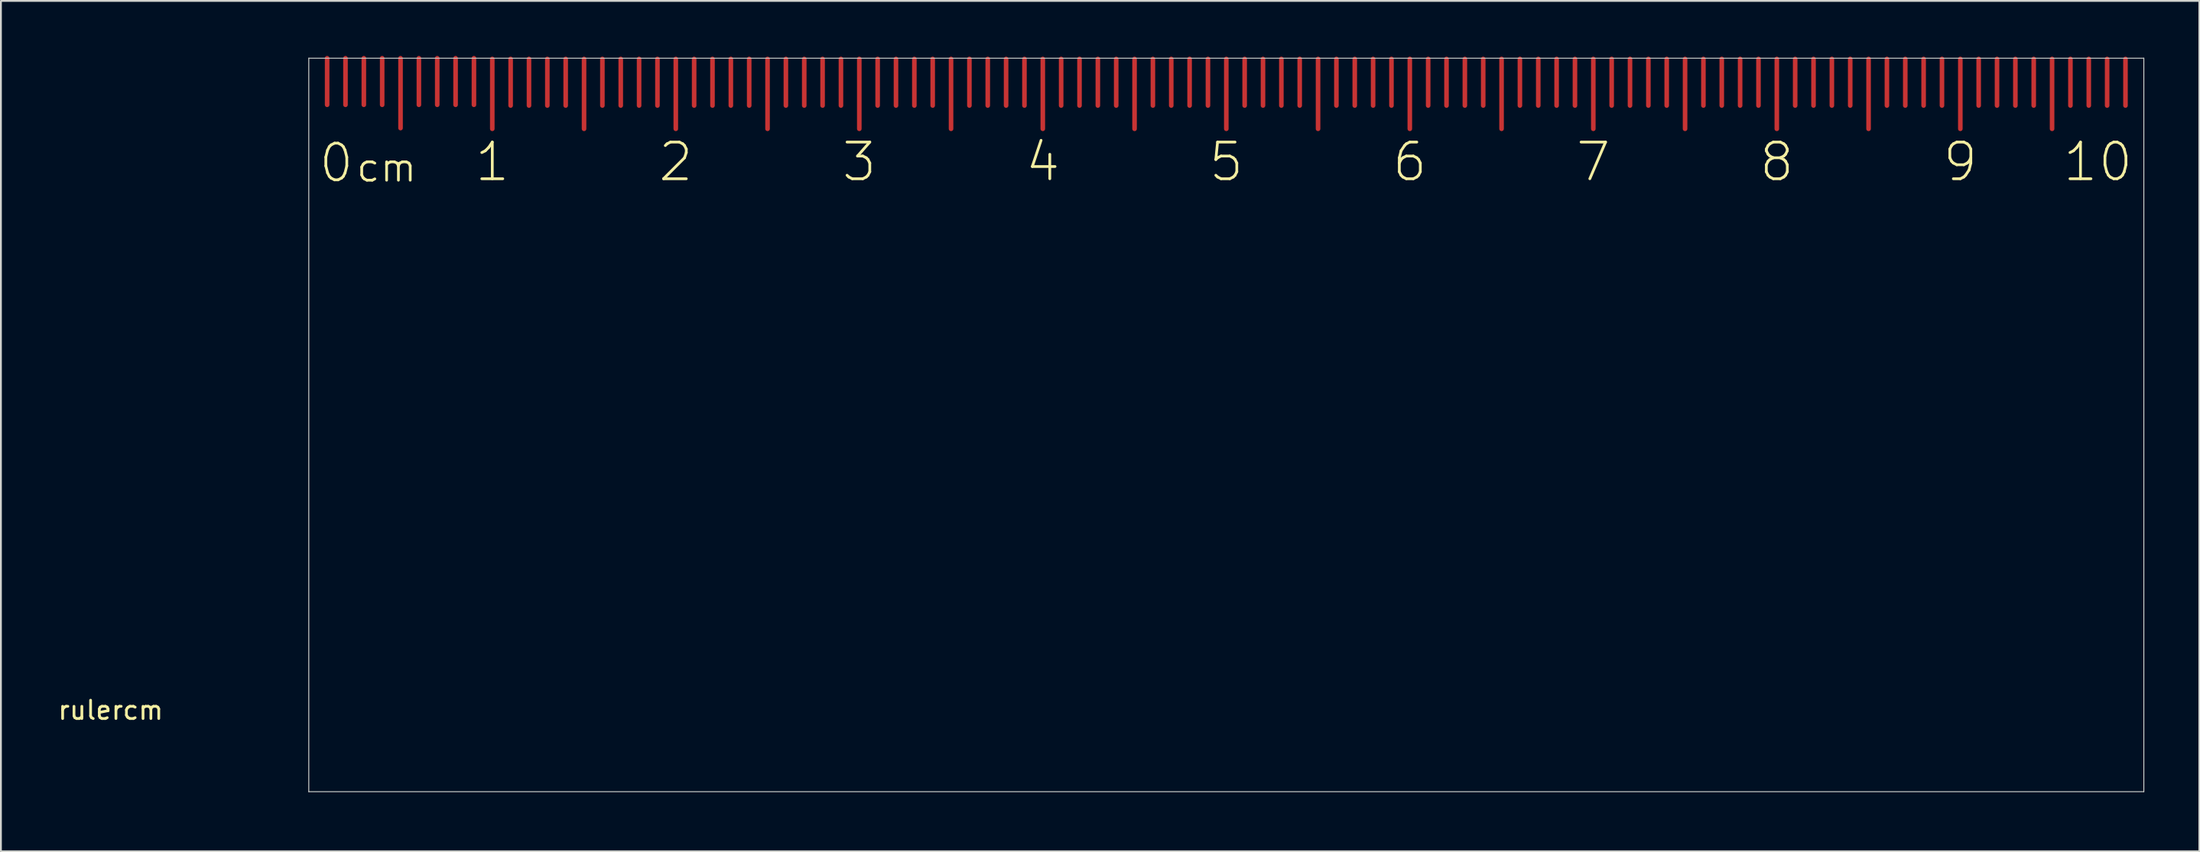
<source format=kicad_pcb>
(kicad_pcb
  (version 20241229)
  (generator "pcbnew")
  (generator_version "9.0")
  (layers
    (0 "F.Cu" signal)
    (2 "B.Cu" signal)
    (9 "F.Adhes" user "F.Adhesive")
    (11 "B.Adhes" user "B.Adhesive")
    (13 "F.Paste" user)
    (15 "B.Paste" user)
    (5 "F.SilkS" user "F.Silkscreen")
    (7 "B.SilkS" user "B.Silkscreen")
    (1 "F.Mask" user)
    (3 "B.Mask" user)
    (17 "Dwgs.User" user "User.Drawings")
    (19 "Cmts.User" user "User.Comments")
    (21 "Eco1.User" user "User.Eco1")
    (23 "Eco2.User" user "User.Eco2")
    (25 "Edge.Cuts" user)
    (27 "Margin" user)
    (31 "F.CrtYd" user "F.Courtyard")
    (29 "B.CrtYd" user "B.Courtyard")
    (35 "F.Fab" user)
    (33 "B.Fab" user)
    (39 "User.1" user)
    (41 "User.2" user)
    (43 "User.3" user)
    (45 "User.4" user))
  (footprint "rulercm"
    (layer "F.Cu")
    (at 13.777 40.125)
    (property "Reference" "rulercm" (at -10.795 -4.445 0) (layer "F.SilkS") (effects (font (size 1 1) (thickness 0.15))))
    (attr through_hole)
    (fp_line (start 1 -37.46) (end 1 -40) (stroke (width 0.25) (type solid)) (layer "F.Cu"))
    (fp_line (start 2 -37.46) (end 2 -40) (stroke (width 0.25) (type solid)) (layer "F.Cu"))
    (fp_line (start 3 -37.46) (end 3 -40) (stroke (width 0.25) (type solid)) (layer "F.Cu"))
    (fp_line (start 4 -37.46) (end 4 -40) (stroke (width 0.25) (type solid)) (layer "F.Cu"))
    (fp_line (start 5 -36.19) (end 5 -40) (stroke (width 0.25) (type solid)) (layer "F.Cu"))
    (fp_line (start 6 -37.46) (end 6 -40) (stroke (width 0.25) (type solid)) (layer "F.Cu"))
    (fp_line (start 7 -37.46) (end 7 -40) (stroke (width 0.25) (type solid)) (layer "F.Cu"))
    (fp_line (start 8 -37.46) (end 8 -40) (stroke (width 0.25) (type solid)) (layer "F.Cu"))
    (fp_line (start 9 -37.46) (end 9 -40) (stroke (width 0.25) (type solid)) (layer "F.Cu"))
    (fp_line (start 10 -36.15) (end 10 -39.96) (stroke (width 0.25) (type solid)) (layer "F.Cu"))
    (fp_line (start 11 -37.42) (end 11 -39.96) (stroke (width 0.25) (type solid)) (layer "F.Cu"))
    (fp_line (start 12 -37.42) (end 12 -39.96) (stroke (width 0.25) (type solid)) (layer "F.Cu"))
    (fp_line (start 13 -37.42) (end 13 -39.96) (stroke (width 0.25) (type solid)) (layer "F.Cu"))
    (fp_line (start 14 -37.42) (end 14 -39.96) (stroke (width 0.25) (type solid)) (layer "F.Cu"))
    (fp_line (start 15 -36.15) (end 15 -39.96) (stroke (width 0.25) (type solid)) (layer "F.Cu"))
    (fp_line (start 16 -37.42) (end 16 -39.96) (stroke (width 0.25) (type solid)) (layer "F.Cu"))
    (fp_line (start 17 -37.42) (end 17 -39.96) (stroke (width 0.25) (type solid)) (layer "F.Cu"))
    (fp_line (start 18 -37.42) (end 18 -39.96) (stroke (width 0.25) (type solid)) (layer "F.Cu"))
    (fp_line (start 19 -37.42) (end 19 -39.96) (stroke (width 0.25) (type solid)) (layer "F.Cu"))
    (fp_line (start 20 -36.15) (end 20 -39.96) (stroke (width 0.25) (type solid)) (layer "F.Cu"))
    (fp_line (start 21 -37.42) (end 21 -39.96) (stroke (width 0.25) (type solid)) (layer "F.Cu"))
    (fp_line (start 22 -37.42) (end 22 -39.96) (stroke (width 0.25) (type solid)) (layer "F.Cu"))
    (fp_line (start 23 -37.42) (end 23 -39.96) (stroke (width 0.25) (type solid)) (layer "F.Cu"))
    (fp_line (start 24 -37.42) (end 24 -39.96) (stroke (width 0.25) (type solid)) (layer "F.Cu"))
    (fp_line (start 25 -36.15) (end 25 -39.96) (stroke (width 0.25) (type solid)) (layer "F.Cu"))
    (fp_line (start 26 -37.42) (end 26 -39.96) (stroke (width 0.25) (type solid)) (layer "F.Cu"))
    (fp_line (start 27 -37.42) (end 27 -39.96) (stroke (width 0.25) (type solid)) (layer "F.Cu"))
    (fp_line (start 28 -37.42) (end 28 -39.96) (stroke (width 0.25) (type solid)) (layer "F.Cu"))
    (fp_line (start 29 -37.42) (end 29 -39.96) (stroke (width 0.25) (type solid)) (layer "F.Cu"))
    (fp_line (start 30 -36.15) (end 30 -39.96) (stroke (width 0.25) (type solid)) (layer "F.Cu"))
    (fp_line (start 31 -37.42) (end 31 -39.96) (stroke (width 0.25) (type solid)) (layer "F.Cu"))
    (fp_line (start 32 -37.42) (end 32 -39.96) (stroke (width 0.25) (type solid)) (layer "F.Cu"))
    (fp_line (start 33 -37.42) (end 33 -39.96) (stroke (width 0.25) (type solid)) (layer "F.Cu"))
    (fp_line (start 34 -37.42) (end 34 -39.96) (stroke (width 0.25) (type solid)) (layer "F.Cu"))
    (fp_line (start 35 -36.15) (end 35 -39.96) (stroke (width 0.25) (type solid)) (layer "F.Cu"))
    (fp_line (start 36 -37.42) (end 36 -39.96) (stroke (width 0.25) (type solid)) (layer "F.Cu"))
    (fp_line (start 37 -37.42) (end 37 -39.96) (stroke (width 0.25) (type solid)) (layer "F.Cu"))
    (fp_line (start 38 -37.42) (end 38 -39.96) (stroke (width 0.25) (type solid)) (layer "F.Cu"))
    (fp_line (start 39 -37.42) (end 39 -39.96) (stroke (width 0.25) (type solid)) (layer "F.Cu"))
    (fp_line (start 40 -36.15) (end 40 -39.96) (stroke (width 0.25) (type solid)) (layer "F.Cu"))
    (fp_line (start 41 -37.42) (end 41 -39.96) (stroke (width 0.25) (type solid)) (layer "F.Cu"))
    (fp_line (start 42 -37.42) (end 42 -39.96) (stroke (width 0.25) (type solid)) (layer "F.Cu"))
    (fp_line (start 43 -37.42) (end 43 -39.96) (stroke (width 0.25) (type solid)) (layer "F.Cu"))
    (fp_line (start 44 -37.42) (end 44 -39.96) (stroke (width 0.25) (type solid)) (layer "F.Cu"))
    (fp_line (start 45 -36.15) (end 45 -39.96) (stroke (width 0.25) (type solid)) (layer "F.Cu"))
    (fp_line (start 46 -37.42) (end 46 -39.96) (stroke (width 0.25) (type solid)) (layer "F.Cu"))
    (fp_line (start 47 -37.42) (end 47 -39.96) (stroke (width 0.25) (type solid)) (layer "F.Cu"))
    (fp_line (start 48 -37.42) (end 48 -39.96) (stroke (width 0.25) (type solid)) (layer "F.Cu"))
    (fp_line (start 49 -37.42) (end 49 -39.96) (stroke (width 0.25) (type solid)) (layer "F.Cu"))
    (fp_line (start 50 -36.15) (end 50 -39.96) (stroke (width 0.25) (type solid)) (layer "F.Cu"))
    (fp_line (start 51 -37.42) (end 51 -39.96) (stroke (width 0.25) (type solid)) (layer "F.Cu"))
    (fp_line (start 52 -37.42) (end 52 -39.96) (stroke (width 0.25) (type solid)) (layer "F.Cu"))
    (fp_line (start 53 -37.42) (end 53 -39.96) (stroke (width 0.25) (type solid)) (layer "F.Cu"))
    (fp_line (start 54 -37.42) (end 54 -39.96) (stroke (width 0.25) (type solid)) (layer "F.Cu"))
    (fp_line (start 55 -36.15) (end 55 -39.96) (stroke (width 0.25) (type solid)) (layer "F.Cu"))
    (fp_line (start 56 -37.42) (end 56 -39.96) (stroke (width 0.25) (type solid)) (layer "F.Cu"))
    (fp_line (start 57 -37.42) (end 57 -39.96) (stroke (width 0.25) (type solid)) (layer "F.Cu"))
    (fp_line (start 58 -37.42) (end 58 -39.96) (stroke (width 0.25) (type solid)) (layer "F.Cu"))
    (fp_line (start 59 -37.42) (end 59 -39.96) (stroke (width 0.25) (type solid)) (layer "F.Cu"))
    (fp_line (start 60 -36.15) (end 60 -39.96) (stroke (width 0.25) (type solid)) (layer "F.Cu"))
    (fp_line (start 61 -37.42) (end 61 -39.96) (stroke (width 0.25) (type solid)) (layer "F.Cu"))
    (fp_line (start 62 -37.42) (end 62 -39.96) (stroke (width 0.25) (type solid)) (layer "F.Cu"))
    (fp_line (start 63 -37.42) (end 63 -39.96) (stroke (width 0.25) (type solid)) (layer "F.Cu"))
    (fp_line (start 64 -37.42) (end 64 -39.96) (stroke (width 0.25) (type solid)) (layer "F.Cu"))
    (fp_line (start 65 -36.15) (end 65 -39.96) (stroke (width 0.25) (type solid)) (layer "F.Cu"))
    (fp_line (start 66 -37.42) (end 66 -39.96) (stroke (width 0.25) (type solid)) (layer "F.Cu"))
    (fp_line (start 67 -37.42) (end 67 -39.96) (stroke (width 0.25) (type solid)) (layer "F.Cu"))
    (fp_line (start 68 -37.42) (end 68 -39.96) (stroke (width 0.25) (type solid)) (layer "F.Cu"))
    (fp_line (start 69 -37.42) (end 69 -39.96) (stroke (width 0.25) (type solid)) (layer "F.Cu"))
    (fp_line (start 70 -36.15) (end 70 -39.96) (stroke (width 0.25) (type solid)) (layer "F.Cu"))
    (fp_line (start 71 -37.42) (end 71 -39.96) (stroke (width 0.25) (type solid)) (layer "F.Cu"))
    (fp_line (start 72 -37.42) (end 72 -39.96) (stroke (width 0.25) (type solid)) (layer "F.Cu"))
    (fp_line (start 73 -37.42) (end 73 -39.96) (stroke (width 0.25) (type solid)) (layer "F.Cu"))
    (fp_line (start 74 -37.42) (end 74 -39.96) (stroke (width 0.25) (type solid)) (layer "F.Cu"))
    (fp_line (start 75 -36.15) (end 75 -39.96) (stroke (width 0.25) (type solid)) (layer "F.Cu"))
    (fp_line (start 76 -37.42) (end 76 -39.96) (stroke (width 0.25) (type solid)) (layer "F.Cu"))
    (fp_line (start 77 -37.42) (end 77 -39.96) (stroke (width 0.25) (type solid)) (layer "F.Cu"))
    (fp_line (start 78 -37.42) (end 78 -39.96) (stroke (width 0.25) (type solid)) (layer "F.Cu"))
    (fp_line (start 79 -37.42) (end 79 -39.96) (stroke (width 0.25) (type solid)) (layer "F.Cu"))
    (fp_line (start 80 -36.15) (end 80 -39.96) (stroke (width 0.25) (type solid)) (layer "F.Cu"))
    (fp_line (start 81 -37.42) (end 81 -39.96) (stroke (width 0.25) (type solid)) (layer "F.Cu"))
    (fp_line (start 82 -37.42) (end 82 -39.96) (stroke (width 0.25) (type solid)) (layer "F.Cu"))
    (fp_line (start 83 -37.42) (end 83 -39.96) (stroke (width 0.25) (type solid)) (layer "F.Cu"))
    (fp_line (start 84 -37.42) (end 84 -39.96) (stroke (width 0.25) (type solid)) (layer "F.Cu"))
    (fp_line (start 85 -36.15) (end 85 -39.96) (stroke (width 0.25) (type solid)) (layer "F.Cu"))
    (fp_line (start 86 -37.42) (end 86 -39.96) (stroke (width 0.25) (type solid)) (layer "F.Cu"))
    (fp_line (start 87 -37.42) (end 87 -39.96) (stroke (width 0.25) (type solid)) (layer "F.Cu"))
    (fp_line (start 88 -37.42) (end 88 -39.96) (stroke (width 0.25) (type solid)) (layer "F.Cu"))
    (fp_line (start 89 -37.42) (end 89 -39.96) (stroke (width 0.25) (type solid)) (layer "F.Cu"))
    (fp_line (start 90 -36.15) (end 90 -39.96) (stroke (width 0.25) (type solid)) (layer "F.Cu"))
    (fp_line (start 91 -37.42) (end 91 -39.96) (stroke (width 0.25) (type solid)) (layer "F.Cu"))
    (fp_line (start 92 -37.42) (end 92 -39.96) (stroke (width 0.25) (type solid)) (layer "F.Cu"))
    (fp_line (start 93 -37.42) (end 93 -39.96) (stroke (width 0.25) (type solid)) (layer "F.Cu"))
    (fp_line (start 94 -37.42) (end 94 -39.96) (stroke (width 0.25) (type solid)) (layer "F.Cu"))
    (fp_line (start 95 -36.15) (end 95 -39.96) (stroke (width 0.25) (type solid)) (layer "F.Cu"))
    (fp_line (start 96 -37.42) (end 96 -39.96) (stroke (width 0.25) (type solid)) (layer "F.Cu"))
    (fp_line (start 97 -37.42) (end 97 -39.96) (stroke (width 0.25) (type solid)) (layer "F.Cu"))
    (fp_line (start 98 -37.42) (end 98 -39.96) (stroke (width 0.25) (type solid)) (layer "F.Cu"))
    (fp_line (start 99 -37.42) (end 99 -39.96) (stroke (width 0.25) (type solid)) (layer "F.Cu"))
    (fp_line (start 1 -37.46) (end 1 -40) (stroke (width 0.25) (type solid)) (layer "F.Mask"))
    (fp_line (start 2 -37.46) (end 2 -40) (stroke (width 0.25) (type solid)) (layer "F.Mask"))
    (fp_line (start 3 -37.46) (end 3 -40) (stroke (width 0.25) (type solid)) (layer "F.Mask"))
    (fp_line (start 4 -37.46) (end 4 -40) (stroke (width 0.25) (type solid)) (layer "F.Mask"))
    (fp_line (start 5 -36.19) (end 5 -40) (stroke (width 0.25) (type solid)) (layer "F.Mask"))
    (fp_line (start 6 -37.46) (end 6 -40) (stroke (width 0.25) (type solid)) (layer "F.Mask"))
    (fp_line (start 7 -37.46) (end 7 -40) (stroke (width 0.25) (type solid)) (layer "F.Mask"))
    (fp_line (start 8 -37.46) (end 8 -40) (stroke (width 0.25) (type solid)) (layer "F.Mask"))
    (fp_line (start 9 -37.46) (end 9 -40) (stroke (width 0.25) (type solid)) (layer "F.Mask"))
    (fp_line (start 10 -36.19) (end 10 -40) (stroke (width 0.25) (type solid)) (layer "F.Mask"))
    (fp_line (start 11 -37.46) (end 11 -40) (stroke (width 0.25) (type solid)) (layer "F.Mask"))
    (fp_line (start 12 -37.46) (end 12 -40) (stroke (width 0.25) (type solid)) (layer "F.Mask"))
    (fp_line (start 13 -37.46) (end 13 -40) (stroke (width 0.25) (type solid)) (layer "F.Mask"))
    (fp_line (start 14 -37.46) (end 14 -40) (stroke (width 0.25) (type solid)) (layer "F.Mask"))
    (fp_line (start 15 -36.19) (end 15 -40) (stroke (width 0.25) (type solid)) (layer "F.Mask"))
    (fp_line (start 16 -37.46) (end 16 -40) (stroke (width 0.25) (type solid)) (layer "F.Mask"))
    (fp_line (start 17 -37.46) (end 17 -40) (stroke (width 0.25) (type solid)) (layer "F.Mask"))
    (fp_line (start 18 -37.46) (end 18 -40) (stroke (width 0.25) (type solid)) (layer "F.Mask"))
    (fp_line (start 19 -37.46) (end 19 -40) (stroke (width 0.25) (type solid)) (layer "F.Mask"))
    (fp_line (start 20 -36.19) (end 20 -40) (stroke (width 0.25) (type solid)) (layer "F.Mask"))
    (fp_line (start 21 -37.46) (end 21 -40) (stroke (width 0.25) (type solid)) (layer "F.Mask"))
    (fp_line (start 22 -37.46) (end 22 -40) (stroke (width 0.25) (type solid)) (layer "F.Mask"))
    (fp_line (start 23 -37.46) (end 23 -40) (stroke (width 0.25) (type solid)) (layer "F.Mask"))
    (fp_line (start 24 -37.46) (end 24 -40) (stroke (width 0.25) (type solid)) (layer "F.Mask"))
    (fp_line (start 25 -36.19) (end 25 -40) (stroke (width 0.25) (type solid)) (layer "F.Mask"))
    (fp_line (start 26 -37.46) (end 26 -40) (stroke (width 0.25) (type solid)) (layer "F.Mask"))
    (fp_line (start 27 -37.46) (end 27 -40) (stroke (width 0.25) (type solid)) (layer "F.Mask"))
    (fp_line (start 28 -37.46) (end 28 -40) (stroke (width 0.25) (type solid)) (layer "F.Mask"))
    (fp_line (start 29 -37.46) (end 29 -40) (stroke (width 0.25) (type solid)) (layer "F.Mask"))
    (fp_line (start 30 -36.19) (end 30 -40) (stroke (width 0.25) (type solid)) (layer "F.Mask"))
    (fp_line (start 31 -37.46) (end 31 -40) (stroke (width 0.25) (type solid)) (layer "F.Mask"))
    (fp_line (start 32 -37.46) (end 32 -40) (stroke (width 0.25) (type solid)) (layer "F.Mask"))
    (fp_line (start 33 -37.46) (end 33 -40) (stroke (width 0.25) (type solid)) (layer "F.Mask"))
    (fp_line (start 34 -37.46) (end 34 -40) (stroke (width 0.25) (type solid)) (layer "F.Mask"))
    (fp_line (start 35 -36.19) (end 35 -40) (stroke (width 0.25) (type solid)) (layer "F.Mask"))
    (fp_line (start 36 -37.46) (end 36 -40) (stroke (width 0.25) (type solid)) (layer "F.Mask"))
    (fp_line (start 37 -37.46) (end 37 -40) (stroke (width 0.25) (type solid)) (layer "F.Mask"))
    (fp_line (start 38 -37.46) (end 38 -40) (stroke (width 0.25) (type solid)) (layer "F.Mask"))
    (fp_line (start 39 -37.46) (end 39 -40) (stroke (width 0.25) (type solid)) (layer "F.Mask"))
    (fp_line (start 40 -36.19) (end 40 -40) (stroke (width 0.25) (type solid)) (layer "F.Mask"))
    (fp_line (start 41 -37.46) (end 41 -40) (stroke (width 0.25) (type solid)) (layer "F.Mask"))
    (fp_line (start 42 -37.46) (end 42 -40) (stroke (width 0.25) (type solid)) (layer "F.Mask"))
    (fp_line (start 43 -37.46) (end 43 -40) (stroke (width 0.25) (type solid)) (layer "F.Mask"))
    (fp_line (start 44 -37.46) (end 44 -40) (stroke (width 0.25) (type solid)) (layer "F.Mask"))
    (fp_line (start 45 -36.19) (end 45 -40) (stroke (width 0.25) (type solid)) (layer "F.Mask"))
    (fp_line (start 46 -37.46) (end 46 -40) (stroke (width 0.25) (type solid)) (layer "F.Mask"))
    (fp_line (start 47 -37.46) (end 47 -40) (stroke (width 0.25) (type solid)) (layer "F.Mask"))
    (fp_line (start 48 -37.46) (end 48 -40) (stroke (width 0.25) (type solid)) (layer "F.Mask"))
    (fp_line (start 49 -37.46) (end 49 -40) (stroke (width 0.25) (type solid)) (layer "F.Mask"))
    (fp_line (start 50 -36.19) (end 50 -40) (stroke (width 0.25) (type solid)) (layer "F.Mask"))
    (fp_line (start 51 -37.46) (end 51 -40) (stroke (width 0.25) (type solid)) (layer "F.Mask"))
    (fp_line (start 52 -37.46) (end 52 -40) (stroke (width 0.25) (type solid)) (layer "F.Mask"))
    (fp_line (start 53 -37.46) (end 53 -40) (stroke (width 0.25) (type solid)) (layer "F.Mask"))
    (fp_line (start 54 -37.46) (end 54 -40) (stroke (width 0.25) (type solid)) (layer "F.Mask"))
    (fp_line (start 55 -36.19) (end 55 -40) (stroke (width 0.25) (type solid)) (layer "F.Mask"))
    (fp_line (start 56 -37.46) (end 56 -40) (stroke (width 0.25) (type solid)) (layer "F.Mask"))
    (fp_line (start 57 -37.46) (end 57 -40) (stroke (width 0.25) (type solid)) (layer "F.Mask"))
    (fp_line (start 58 -37.46) (end 58 -40) (stroke (width 0.25) (type solid)) (layer "F.Mask"))
    (fp_line (start 59 -37.46) (end 59 -40) (stroke (width 0.25) (type solid)) (layer "F.Mask"))
    (fp_line (start 60 -36.19) (end 60 -40) (stroke (width 0.25) (type solid)) (layer "F.Mask"))
    (fp_line (start 61 -37.46) (end 61 -40) (stroke (width 0.25) (type solid)) (layer "F.Mask"))
    (fp_line (start 62 -37.46) (end 62 -40) (stroke (width 0.25) (type solid)) (layer "F.Mask"))
    (fp_line (start 63 -37.46) (end 63 -40) (stroke (width 0.25) (type solid)) (layer "F.Mask"))
    (fp_line (start 64 -37.46) (end 64 -40) (stroke (width 0.25) (type solid)) (layer "F.Mask"))
    (fp_line (start 65 -36.19) (end 65 -40) (stroke (width 0.25) (type solid)) (layer "F.Mask"))
    (fp_line (start 66 -37.46) (end 66 -40) (stroke (width 0.25) (type solid)) (layer "F.Mask"))
    (fp_line (start 67 -37.46) (end 67 -40) (stroke (width 0.25) (type solid)) (layer "F.Mask"))
    (fp_line (start 68 -37.46) (end 68 -40) (stroke (width 0.25) (type solid)) (layer "F.Mask"))
    (fp_line (start 69 -37.46) (end 69 -40) (stroke (width 0.25) (type solid)) (layer "F.Mask"))
    (fp_line (start 70 -36.19) (end 70 -40) (stroke (width 0.25) (type solid)) (layer "F.Mask"))
    (fp_line (start 71 -37.46) (end 71 -40) (stroke (width 0.25) (type solid)) (layer "F.Mask"))
    (fp_line (start 72 -37.46) (end 72 -40) (stroke (width 0.25) (type solid)) (layer "F.Mask"))
    (fp_line (start 73 -37.46) (end 73 -40) (stroke (width 0.25) (type solid)) (layer "F.Mask"))
    (fp_line (start 74 -37.46) (end 74 -40) (stroke (width 0.25) (type solid)) (layer "F.Mask"))
    (fp_line (start 75 -36.19) (end 75 -40) (stroke (width 0.25) (type solid)) (layer "F.Mask"))
    (fp_line (start 76 -37.46) (end 76 -40) (stroke (width 0.25) (type solid)) (layer "F.Mask"))
    (fp_line (start 77 -37.46) (end 77 -40) (stroke (width 0.25) (type solid)) (layer "F.Mask"))
    (fp_line (start 78 -37.46) (end 78 -40) (stroke (width 0.25) (type solid)) (layer "F.Mask"))
    (fp_line (start 79 -37.46) (end 79 -40) (stroke (width 0.25) (type solid)) (layer "F.Mask"))
    (fp_line (start 80 -36.19) (end 80 -40) (stroke (width 0.25) (type solid)) (layer "F.Mask"))
    (fp_line (start 81 -37.46) (end 81 -40) (stroke (width 0.25) (type solid)) (layer "F.Mask"))
    (fp_line (start 82 -37.46) (end 82 -40) (stroke (width 0.25) (type solid)) (layer "F.Mask"))
    (fp_line (start 83 -37.46) (end 83 -40) (stroke (width 0.25) (type solid)) (layer "F.Mask"))
    (fp_line (start 84 -37.46) (end 84 -40) (stroke (width 0.25) (type solid)) (layer "F.Mask"))
    (fp_line (start 85 -36.19) (end 85 -40) (stroke (width 0.25) (type solid)) (layer "F.Mask"))
    (fp_line (start 86 -37.46) (end 86 -40) (stroke (width 0.25) (type solid)) (layer "F.Mask"))
    (fp_line (start 87 -37.46) (end 87 -40) (stroke (width 0.25) (type solid)) (layer "F.Mask"))
    (fp_line (start 88 -37.46) (end 88 -40) (stroke (width 0.25) (type solid)) (layer "F.Mask"))
    (fp_line (start 89 -37.46) (end 89 -40) (stroke (width 0.25) (type solid)) (layer "F.Mask"))
    (fp_line (start 90 -36.19) (end 90 -40) (stroke (width 0.25) (type solid)) (layer "F.Mask"))
    (fp_line (start 91 -37.46) (end 91 -40) (stroke (width 0.25) (type solid)) (layer "F.Mask"))
    (fp_line (start 92 -37.46) (end 92 -40) (stroke (width 0.25) (type solid)) (layer "F.Mask"))
    (fp_line (start 93 -37.46) (end 93 -40) (stroke (width 0.25) (type solid)) (layer "F.Mask"))
    (fp_line (start 94 -37.46) (end 94 -40) (stroke (width 0.25) (type solid)) (layer "F.Mask"))
    (fp_line (start 95 -36.19) (end 95 -40) (stroke (width 0.25) (type solid)) (layer "F.Mask"))
    (fp_line (start 96 -37.46) (end 96 -40) (stroke (width 0.25) (type solid)) (layer "F.Mask"))
    (fp_line (start 97 -37.46) (end 97 -40) (stroke (width 0.25) (type solid)) (layer "F.Mask"))
    (fp_line (start 98 -37.46) (end 98 -40) (stroke (width 0.25) (type solid)) (layer "F.Mask"))
    (fp_line (start 99 -37.46) (end 99 -40) (stroke (width 0.25) (type solid)) (layer "F.Mask"))
    (fp_line (start 0 -40) (end 100 -40) (stroke (width 0.05) (type solid)) (layer "Edge.Cuts"))
    (fp_line (start 0 0) (end 0 -40) (stroke (width 0.05) (type solid)) (layer "Edge.Cuts"))
    (fp_line (start 100 -40) (end 100 0) (stroke (width 0.05) (type solid)) (layer "Edge.Cuts"))
    (fp_line (start 100 0) (end 0 0) (stroke (width 0.05) (type default)) (layer "Edge.Cuts"))
    (fp_text user "1" (at 10 -34.345 0) (unlocked yes) (layer "F.SilkS") (effects (font (size 2 2) (thickness 0.15))))
    (fp_text user "4" (at 40 -34.345 0) (unlocked yes) (layer "F.SilkS") (effects (font (size 2 2) (thickness 0.15))))
    (fp_text user "cm" (at 2.5 -34.035 0) (unlocked yes) (layer "F.SilkS") (effects (font (size 1.5 1.5) (thickness 0.15)) (justify left)))
    (fp_text user "9" (at 90 -34.345 0) (unlocked yes) (layer "F.SilkS") (effects (font (size 2 2) (thickness 0.15))))
    (fp_text user "5" (at 50 -34.345 0) (unlocked yes) (layer "F.SilkS") (effects (font (size 2 2) (thickness 0.15))))
    (fp_text user "10" (at 97.5 -34.345 0) (unlocked yes) (layer "F.SilkS") (effects (font (size 2 2) (thickness 0.15))))
    (fp_text user "2" (at 20 -34.345 0) (unlocked yes) (layer "F.SilkS") (effects (font (size 2 2) (thickness 0.15))))
    (fp_text user "0" (at 1.5 -34.285 0) (unlocked yes) (layer "F.SilkS") (effects (font (size 2 2) (thickness 0.15))))
    (fp_text user "6" (at 60 -34.345 0) (unlocked yes) (layer "F.SilkS") (effects (font (size 2 2) (thickness 0.15))))
    (fp_text user "3" (at 30 -34.345 0) (unlocked yes) (layer "F.SilkS") (effects (font (size 2 2) (thickness 0.15))))
    (fp_text user "8" (at 80 -34.345 0) (unlocked yes) (layer "F.SilkS") (effects (font (size 2 2) (thickness 0.15))))
    (fp_text user "7" (at 70 -34.345 0) (unlocked yes) (layer "F.SilkS") (effects (font (size 2 2) (thickness 0.15)))))
  (gr_rect
    (start -3 -3)
    (end 116.802 43.375)
    (stroke (width 0.1) (type default))
    (fill no)
    (layer "Edge.Cuts")))
</source>
